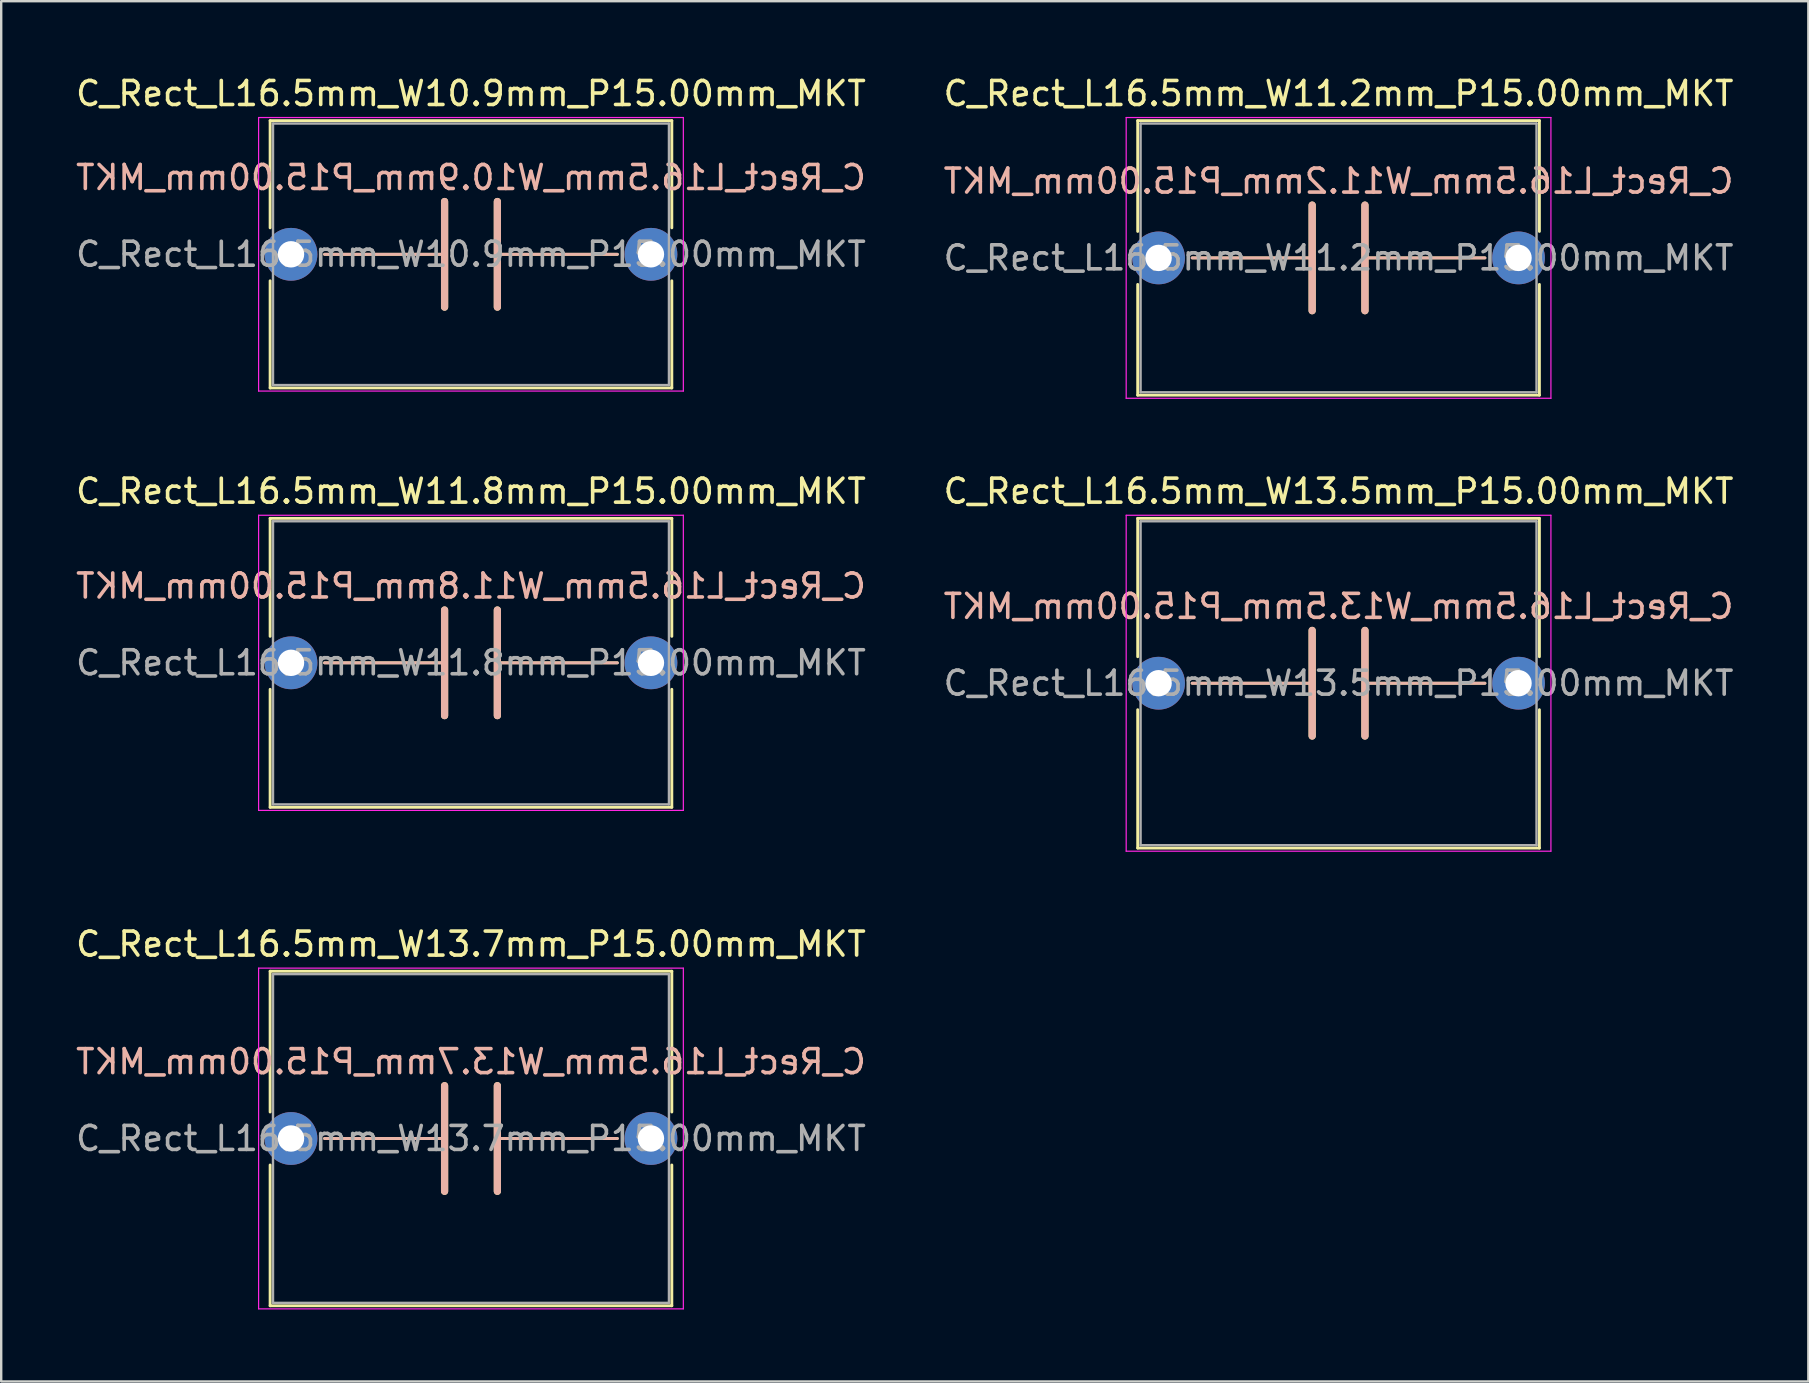
<source format=kicad_pcb>
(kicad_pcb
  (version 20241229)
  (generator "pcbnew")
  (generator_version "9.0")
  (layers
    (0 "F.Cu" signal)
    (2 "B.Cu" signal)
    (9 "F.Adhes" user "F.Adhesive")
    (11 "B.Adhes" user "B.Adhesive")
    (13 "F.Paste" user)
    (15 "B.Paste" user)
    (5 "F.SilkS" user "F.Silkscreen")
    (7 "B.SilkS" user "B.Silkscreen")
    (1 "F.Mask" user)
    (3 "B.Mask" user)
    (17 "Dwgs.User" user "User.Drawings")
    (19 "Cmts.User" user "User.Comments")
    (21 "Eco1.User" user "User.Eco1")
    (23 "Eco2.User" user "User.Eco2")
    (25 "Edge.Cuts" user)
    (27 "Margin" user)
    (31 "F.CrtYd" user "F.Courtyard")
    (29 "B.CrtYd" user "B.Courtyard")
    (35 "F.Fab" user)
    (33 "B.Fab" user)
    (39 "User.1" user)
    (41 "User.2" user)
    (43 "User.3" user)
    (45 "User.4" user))
  (footprint "C_Rect_L16.5mm_W13.7mm_P15.00mm_MKT"
    (layer "F.Cu")
    (at 9.077 44.395)
    (property "Reference" "C_Rect_L16.5mm_W13.7mm_P15.00mm_MKT" (at 7.5 -8.1 0) (layer "F.SilkS") (effects (font (size 1 1) (thickness 0.15))))
    (fp_line (start -0.87 -6.97) (end -0.87 -1.104) (stroke (width 0.12) (type solid)) (layer "F.SilkS"))
    (fp_line (start -0.87 -6.97) (end 15.87 -6.97) (stroke (width 0.12) (type solid)) (layer "F.SilkS"))
    (fp_line (start -0.87 1.104) (end -0.87 6.97) (stroke (width 0.12) (type solid)) (layer "F.SilkS"))
    (fp_line (start -0.87 6.97) (end 15.87 6.97) (stroke (width 0.12) (type solid)) (layer "F.SilkS"))
    (fp_line (start 1.4 0) (end 6.4 0) (stroke (width 0.12) (type solid)) (layer "F.SilkS"))
    (fp_line (start 6.4 -2.2) (end 6.4 2.2) (stroke (width 0.3) (type solid)) (layer "F.SilkS"))
    (fp_line (start 8.6 -2.2) (end 8.6 2.2) (stroke (width 0.3) (type solid)) (layer "F.SilkS"))
    (fp_line (start 8.6 0) (end 13.6 0) (stroke (width 0.12) (type solid)) (layer "F.SilkS"))
    (fp_line (start 15.87 -6.97) (end 15.87 -1.104) (stroke (width 0.12) (type solid)) (layer "F.SilkS"))
    (fp_line (start 15.87 1.104) (end 15.87 6.97) (stroke (width 0.12) (type solid)) (layer "F.SilkS"))
    (fp_line (start 1.4 0) (end 6.4 0) (stroke (width 0.12) (type solid)) (layer "B.SilkS"))
    (fp_line (start 6.4 2.2) (end 6.4 -2.2) (stroke (width 0.3) (type solid)) (layer "B.SilkS"))
    (fp_line (start 8.6 0) (end 13.6 0) (stroke (width 0.12) (type solid)) (layer "B.SilkS"))
    (fp_line (start 8.6 2.2) (end 8.6 -2.2) (stroke (width 0.3) (type solid)) (layer "B.SilkS"))
    (fp_line (start -1.35 -7.1) (end -1.35 7.1) (stroke (width 0.05) (type solid)) (layer "F.CrtYd"))
    (fp_line (start -1.35 7.1) (end 16.35 7.1) (stroke (width 0.05) (type solid)) (layer "F.CrtYd"))
    (fp_line (start 16.35 -7.1) (end -1.35 -7.1) (stroke (width 0.05) (type solid)) (layer "F.CrtYd"))
    (fp_line (start 16.35 7.1) (end 16.35 -7.1) (stroke (width 0.05) (type solid)) (layer "F.CrtYd"))
    (fp_line (start -0.75 -6.85) (end -0.75 6.85) (stroke (width 0.1) (type solid)) (layer "F.Fab"))
    (fp_line (start -0.75 6.85) (end 15.75 6.85) (stroke (width 0.1) (type solid)) (layer "F.Fab"))
    (fp_line (start 15.75 -6.85) (end -0.75 -6.85) (stroke (width 0.1) (type solid)) (layer "F.Fab"))
    (fp_line (start 15.75 6.85) (end 15.75 -6.85) (stroke (width 0.1) (type solid)) (layer "F.Fab"))
    (fp_text user "${REFERENCE}" (at 7.5 -3.2 0) (layer "B.SilkS") (effects (font (size 1 1) (thickness 0.15)) (justify mirror)))
    (fp_text user "${REFERENCE}" (at 7.5 0 0) (layer "F.Fab") (effects (font (size 1 1) (thickness 0.15))))
    (pad "1" thru_hole circle (at 0 0) (size 2.2 2.2) (drill 1.1) (layers "*.Cu" "*.Mask"))
    (pad "2" thru_hole circle (at 15 0) (size 2.2 2.2) (drill 1.1) (layers "*.Cu" "*.Mask")))
  (footprint "C_Rect_L16.5mm_W11.2mm_P15.00mm_MKT"
    (layer "F.Cu")
    (at 45.232 7.698)
    (property "Reference" "C_Rect_L16.5mm_W11.2mm_P15.00mm_MKT" (at 7.5 -6.85 0) (layer "F.SilkS") (effects (font (size 1 1) (thickness 0.15))))
    (fp_line (start -0.87 -5.72) (end -0.87 -1.104) (stroke (width 0.12) (type solid)) (layer "F.SilkS"))
    (fp_line (start -0.87 -5.72) (end 15.87 -5.72) (stroke (width 0.12) (type solid)) (layer "F.SilkS"))
    (fp_line (start -0.87 1.104) (end -0.87 5.72) (stroke (width 0.12) (type solid)) (layer "F.SilkS"))
    (fp_line (start -0.87 5.72) (end 15.87 5.72) (stroke (width 0.12) (type solid)) (layer "F.SilkS"))
    (fp_line (start 1.4 0) (end 6.4 0) (stroke (width 0.12) (type solid)) (layer "F.SilkS"))
    (fp_line (start 6.4 -2.2) (end 6.4 2.2) (stroke (width 0.3) (type solid)) (layer "F.SilkS"))
    (fp_line (start 8.6 -2.2) (end 8.6 2.2) (stroke (width 0.3) (type solid)) (layer "F.SilkS"))
    (fp_line (start 8.6 0) (end 13.6 0) (stroke (width 0.12) (type solid)) (layer "F.SilkS"))
    (fp_line (start 15.87 -5.72) (end 15.87 -1.104) (stroke (width 0.12) (type solid)) (layer "F.SilkS"))
    (fp_line (start 15.87 1.104) (end 15.87 5.72) (stroke (width 0.12) (type solid)) (layer "F.SilkS"))
    (fp_line (start 1.4 0) (end 6.4 0) (stroke (width 0.12) (type solid)) (layer "B.SilkS"))
    (fp_line (start 6.4 2.2) (end 6.4 -2.2) (stroke (width 0.3) (type solid)) (layer "B.SilkS"))
    (fp_line (start 8.6 0) (end 13.6 0) (stroke (width 0.12) (type solid)) (layer "B.SilkS"))
    (fp_line (start 8.6 2.2) (end 8.6 -2.2) (stroke (width 0.3) (type solid)) (layer "B.SilkS"))
    (fp_line (start -1.35 -5.85) (end -1.35 5.85) (stroke (width 0.05) (type solid)) (layer "F.CrtYd"))
    (fp_line (start -1.35 5.85) (end 16.35 5.85) (stroke (width 0.05) (type solid)) (layer "F.CrtYd"))
    (fp_line (start 16.35 -5.85) (end -1.35 -5.85) (stroke (width 0.05) (type solid)) (layer "F.CrtYd"))
    (fp_line (start 16.35 5.85) (end 16.35 -5.85) (stroke (width 0.05) (type solid)) (layer "F.CrtYd"))
    (fp_line (start -0.75 -5.6) (end -0.75 5.6) (stroke (width 0.1) (type solid)) (layer "F.Fab"))
    (fp_line (start -0.75 5.6) (end 15.75 5.6) (stroke (width 0.1) (type solid)) (layer "F.Fab"))
    (fp_line (start 15.75 -5.6) (end -0.75 -5.6) (stroke (width 0.1) (type solid)) (layer "F.Fab"))
    (fp_line (start 15.75 5.6) (end 15.75 -5.6) (stroke (width 0.1) (type solid)) (layer "F.Fab"))
    (fp_text user "${REFERENCE}" (at 7.5 -3.2 0) (layer "B.SilkS") (effects (font (size 1 1) (thickness 0.15)) (justify mirror)))
    (fp_text user "${REFERENCE}" (at 7.5 0 0) (layer "F.Fab") (effects (font (size 1 1) (thickness 0.15))))
    (pad "1" thru_hole circle (at 0 0) (size 2.2 2.2) (drill 1.1) (layers "*.Cu" "*.Mask"))
    (pad "2" thru_hole circle (at 15 0) (size 2.2 2.2) (drill 1.1) (layers "*.Cu" "*.Mask")))
  (footprint "C_Rect_L16.5mm_W13.5mm_P15.00mm_MKT"
    (layer "F.Cu")
    (at 45.232 25.422)
    (property "Reference" "C_Rect_L16.5mm_W13.5mm_P15.00mm_MKT" (at 7.5 -8 0) (layer "F.SilkS") (effects (font (size 1 1) (thickness 0.15))))
    (fp_line (start -0.87 -6.87) (end -0.87 -1.104) (stroke (width 0.12) (type solid)) (layer "F.SilkS"))
    (fp_line (start -0.87 -6.87) (end 15.87 -6.87) (stroke (width 0.12) (type solid)) (layer "F.SilkS"))
    (fp_line (start -0.87 1.104) (end -0.87 6.87) (stroke (width 0.12) (type solid)) (layer "F.SilkS"))
    (fp_line (start -0.87 6.87) (end 15.87 6.87) (stroke (width 0.12) (type solid)) (layer "F.SilkS"))
    (fp_line (start 1.4 0) (end 6.4 0) (stroke (width 0.12) (type solid)) (layer "F.SilkS"))
    (fp_line (start 6.4 -2.2) (end 6.4 2.2) (stroke (width 0.3) (type solid)) (layer "F.SilkS"))
    (fp_line (start 8.6 -2.2) (end 8.6 2.2) (stroke (width 0.3) (type solid)) (layer "F.SilkS"))
    (fp_line (start 8.6 0) (end 13.6 0) (stroke (width 0.12) (type solid)) (layer "F.SilkS"))
    (fp_line (start 15.87 -6.87) (end 15.87 -1.104) (stroke (width 0.12) (type solid)) (layer "F.SilkS"))
    (fp_line (start 15.87 1.104) (end 15.87 6.87) (stroke (width 0.12) (type solid)) (layer "F.SilkS"))
    (fp_line (start 1.4 0) (end 6.4 0) (stroke (width 0.12) (type solid)) (layer "B.SilkS"))
    (fp_line (start 6.4 2.2) (end 6.4 -2.2) (stroke (width 0.3) (type solid)) (layer "B.SilkS"))
    (fp_line (start 8.6 0) (end 13.6 0) (stroke (width 0.12) (type solid)) (layer "B.SilkS"))
    (fp_line (start 8.6 2.2) (end 8.6 -2.2) (stroke (width 0.3) (type solid)) (layer "B.SilkS"))
    (fp_line (start -1.35 -7) (end -1.35 7) (stroke (width 0.05) (type solid)) (layer "F.CrtYd"))
    (fp_line (start -1.35 7) (end 16.35 7) (stroke (width 0.05) (type solid)) (layer "F.CrtYd"))
    (fp_line (start 16.35 -7) (end -1.35 -7) (stroke (width 0.05) (type solid)) (layer "F.CrtYd"))
    (fp_line (start 16.35 7) (end 16.35 -7) (stroke (width 0.05) (type solid)) (layer "F.CrtYd"))
    (fp_line (start -0.75 -6.75) (end -0.75 6.75) (stroke (width 0.1) (type solid)) (layer "F.Fab"))
    (fp_line (start -0.75 6.75) (end 15.75 6.75) (stroke (width 0.1) (type solid)) (layer "F.Fab"))
    (fp_line (start 15.75 -6.75) (end -0.75 -6.75) (stroke (width 0.1) (type solid)) (layer "F.Fab"))
    (fp_line (start 15.75 6.75) (end 15.75 -6.75) (stroke (width 0.1) (type solid)) (layer "F.Fab"))
    (fp_text user "${REFERENCE}" (at 7.5 -3.2 0) (layer "B.SilkS") (effects (font (size 1 1) (thickness 0.15)) (justify mirror)))
    (fp_text user "${REFERENCE}" (at 7.5 0 0) (layer "F.Fab") (effects (font (size 1 1) (thickness 0.15))))
    (pad "1" thru_hole circle (at 0 0) (size 2.2 2.2) (drill 1.1) (layers "*.Cu" "*.Mask"))
    (pad "2" thru_hole circle (at 15 0) (size 2.2 2.2) (drill 1.1) (layers "*.Cu" "*.Mask")))
  (footprint "C_Rect_L16.5mm_W10.9mm_P15.00mm_MKT"
    (layer "F.Cu")
    (at 9.077 7.548)
    (property "Reference" "C_Rect_L16.5mm_W10.9mm_P15.00mm_MKT" (at 7.5 -6.7 0) (layer "F.SilkS") (effects (font (size 1 1) (thickness 0.15))))
    (fp_line (start -0.87 -5.57) (end -0.87 -1.104) (stroke (width 0.12) (type solid)) (layer "F.SilkS"))
    (fp_line (start -0.87 -5.57) (end 15.87 -5.57) (stroke (width 0.12) (type solid)) (layer "F.SilkS"))
    (fp_line (start -0.87 1.104) (end -0.87 5.57) (stroke (width 0.12) (type solid)) (layer "F.SilkS"))
    (fp_line (start -0.87 5.57) (end 15.87 5.57) (stroke (width 0.12) (type solid)) (layer "F.SilkS"))
    (fp_line (start 1.4 0) (end 6.4 0) (stroke (width 0.12) (type solid)) (layer "F.SilkS"))
    (fp_line (start 6.4 -2.2) (end 6.4 2.2) (stroke (width 0.3) (type solid)) (layer "F.SilkS"))
    (fp_line (start 8.6 -2.2) (end 8.6 2.2) (stroke (width 0.3) (type solid)) (layer "F.SilkS"))
    (fp_line (start 8.6 0) (end 13.6 0) (stroke (width 0.12) (type solid)) (layer "F.SilkS"))
    (fp_line (start 15.87 -5.57) (end 15.87 -1.104) (stroke (width 0.12) (type solid)) (layer "F.SilkS"))
    (fp_line (start 15.87 1.104) (end 15.87 5.57) (stroke (width 0.12) (type solid)) (layer "F.SilkS"))
    (fp_line (start 1.4 0) (end 6.4 0) (stroke (width 0.12) (type solid)) (layer "B.SilkS"))
    (fp_line (start 6.4 2.2) (end 6.4 -2.2) (stroke (width 0.3) (type solid)) (layer "B.SilkS"))
    (fp_line (start 8.6 0) (end 13.6 0) (stroke (width 0.12) (type solid)) (layer "B.SilkS"))
    (fp_line (start 8.6 2.2) (end 8.6 -2.2) (stroke (width 0.3) (type solid)) (layer "B.SilkS"))
    (fp_line (start -1.35 -5.7) (end -1.35 5.7) (stroke (width 0.05) (type solid)) (layer "F.CrtYd"))
    (fp_line (start -1.35 5.7) (end 16.35 5.7) (stroke (width 0.05) (type solid)) (layer "F.CrtYd"))
    (fp_line (start 16.35 -5.7) (end -1.35 -5.7) (stroke (width 0.05) (type solid)) (layer "F.CrtYd"))
    (fp_line (start 16.35 5.7) (end 16.35 -5.7) (stroke (width 0.05) (type solid)) (layer "F.CrtYd"))
    (fp_line (start -0.75 -5.45) (end -0.75 5.45) (stroke (width 0.1) (type solid)) (layer "F.Fab"))
    (fp_line (start -0.75 5.45) (end 15.75 5.45) (stroke (width 0.1) (type solid)) (layer "F.Fab"))
    (fp_line (start 15.75 -5.45) (end -0.75 -5.45) (stroke (width 0.1) (type solid)) (layer "F.Fab"))
    (fp_line (start 15.75 5.45) (end 15.75 -5.45) (stroke (width 0.1) (type solid)) (layer "F.Fab"))
    (fp_text user "${REFERENCE}" (at 7.5 -3.2 0) (layer "B.SilkS") (effects (font (size 1 1) (thickness 0.15)) (justify mirror)))
    (fp_text user "${REFERENCE}" (at 7.5 0 0) (layer "F.Fab") (effects (font (size 1 1) (thickness 0.15))))
    (pad "1" thru_hole circle (at 0 0) (size 2.2 2.2) (drill 1.1) (layers "*.Cu" "*.Mask"))
    (pad "2" thru_hole circle (at 15 0) (size 2.2 2.2) (drill 1.1) (layers "*.Cu" "*.Mask")))
  (footprint "C_Rect_L16.5mm_W11.8mm_P15.00mm_MKT"
    (layer "F.Cu")
    (at 9.077 24.572)
    (property "Reference" "C_Rect_L16.5mm_W11.8mm_P15.00mm_MKT" (at 7.5 -7.15 0) (layer "F.SilkS") (effects (font (size 1 1) (thickness 0.15))))
    (fp_line (start -0.87 -6.02) (end -0.87 -1.104) (stroke (width 0.12) (type solid)) (layer "F.SilkS"))
    (fp_line (start -0.87 -6.02) (end 15.87 -6.02) (stroke (width 0.12) (type solid)) (layer "F.SilkS"))
    (fp_line (start -0.87 1.104) (end -0.87 6.02) (stroke (width 0.12) (type solid)) (layer "F.SilkS"))
    (fp_line (start -0.87 6.02) (end 15.87 6.02) (stroke (width 0.12) (type solid)) (layer "F.SilkS"))
    (fp_line (start 1.4 0) (end 6.4 0) (stroke (width 0.12) (type solid)) (layer "F.SilkS"))
    (fp_line (start 6.4 -2.2) (end 6.4 2.2) (stroke (width 0.3) (type solid)) (layer "F.SilkS"))
    (fp_line (start 8.6 -2.2) (end 8.6 2.2) (stroke (width 0.3) (type solid)) (layer "F.SilkS"))
    (fp_line (start 8.6 0) (end 13.6 0) (stroke (width 0.12) (type solid)) (layer "F.SilkS"))
    (fp_line (start 15.87 -6.02) (end 15.87 -1.104) (stroke (width 0.12) (type solid)) (layer "F.SilkS"))
    (fp_line (start 15.87 1.104) (end 15.87 6.02) (stroke (width 0.12) (type solid)) (layer "F.SilkS"))
    (fp_line (start 1.4 0) (end 6.4 0) (stroke (width 0.12) (type solid)) (layer "B.SilkS"))
    (fp_line (start 6.4 2.2) (end 6.4 -2.2) (stroke (width 0.3) (type solid)) (layer "B.SilkS"))
    (fp_line (start 8.6 0) (end 13.6 0) (stroke (width 0.12) (type solid)) (layer "B.SilkS"))
    (fp_line (start 8.6 2.2) (end 8.6 -2.2) (stroke (width 0.3) (type solid)) (layer "B.SilkS"))
    (fp_line (start -1.35 -6.15) (end -1.35 6.15) (stroke (width 0.05) (type solid)) (layer "F.CrtYd"))
    (fp_line (start -1.35 6.15) (end 16.35 6.15) (stroke (width 0.05) (type solid)) (layer "F.CrtYd"))
    (fp_line (start 16.35 -6.15) (end -1.35 -6.15) (stroke (width 0.05) (type solid)) (layer "F.CrtYd"))
    (fp_line (start 16.35 6.15) (end 16.35 -6.15) (stroke (width 0.05) (type solid)) (layer "F.CrtYd"))
    (fp_line (start -0.75 -5.9) (end -0.75 5.9) (stroke (width 0.1) (type solid)) (layer "F.Fab"))
    (fp_line (start -0.75 5.9) (end 15.75 5.9) (stroke (width 0.1) (type solid)) (layer "F.Fab"))
    (fp_line (start 15.75 -5.9) (end -0.75 -5.9) (stroke (width 0.1) (type solid)) (layer "F.Fab"))
    (fp_line (start 15.75 5.9) (end 15.75 -5.9) (stroke (width 0.1) (type solid)) (layer "F.Fab"))
    (fp_text user "${REFERENCE}" (at 7.5 -3.2 0) (layer "B.SilkS") (effects (font (size 1 1) (thickness 0.15)) (justify mirror)))
    (fp_text user "${REFERENCE}" (at 7.5 0 0) (layer "F.Fab") (effects (font (size 1 1) (thickness 0.15))))
    (pad "1" thru_hole circle (at 0 0) (size 2.2 2.2) (drill 1.1) (layers "*.Cu" "*.Mask"))
    (pad "2" thru_hole circle (at 15 0) (size 2.2 2.2) (drill 1.1) (layers "*.Cu" "*.Mask")))
  (gr_rect
    (start -3 -3)
    (end 72.31 54.52)
    (stroke (width 0.1) (type default))
    (fill no)
    (layer "Edge.Cuts")))
</source>
